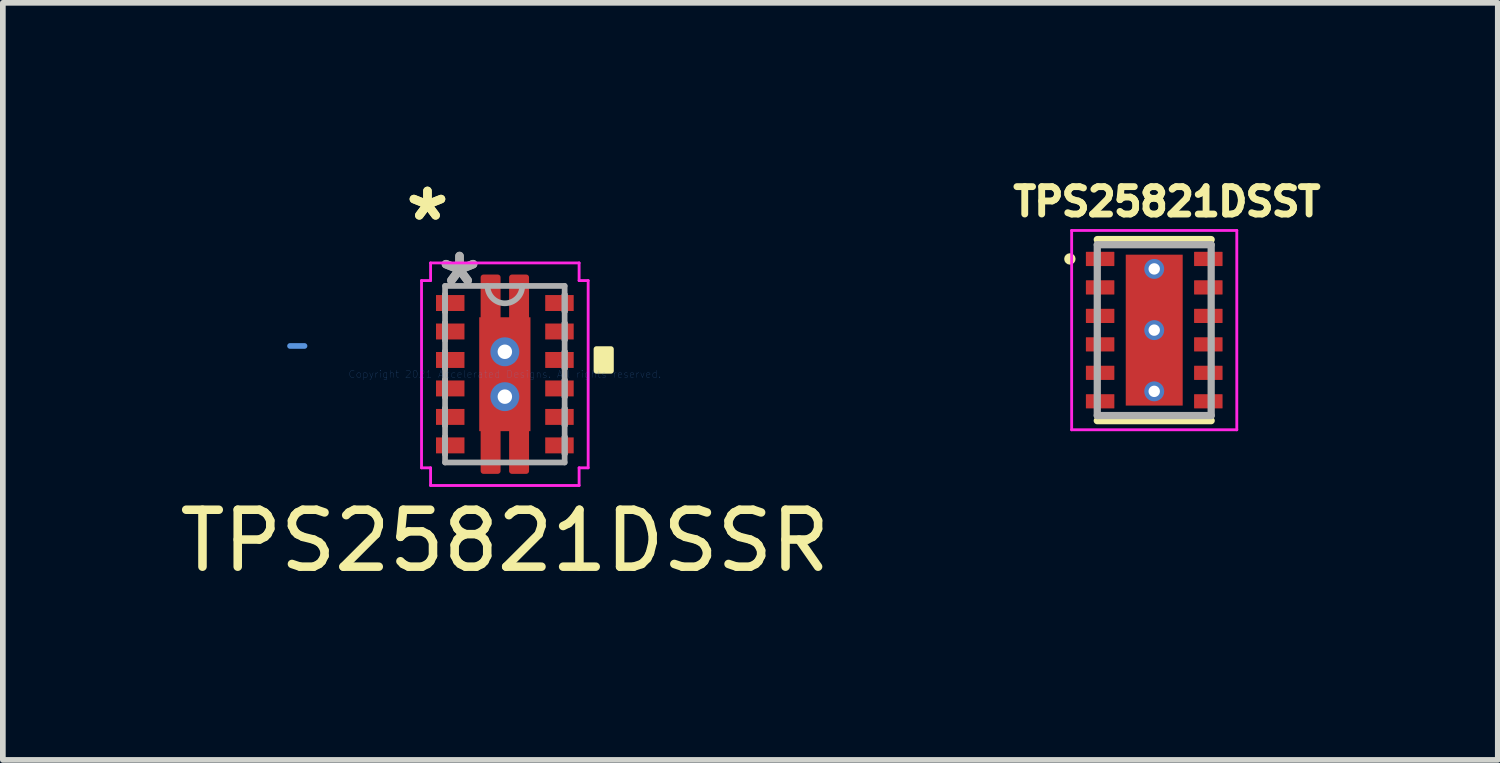
<source format=kicad_pcb>
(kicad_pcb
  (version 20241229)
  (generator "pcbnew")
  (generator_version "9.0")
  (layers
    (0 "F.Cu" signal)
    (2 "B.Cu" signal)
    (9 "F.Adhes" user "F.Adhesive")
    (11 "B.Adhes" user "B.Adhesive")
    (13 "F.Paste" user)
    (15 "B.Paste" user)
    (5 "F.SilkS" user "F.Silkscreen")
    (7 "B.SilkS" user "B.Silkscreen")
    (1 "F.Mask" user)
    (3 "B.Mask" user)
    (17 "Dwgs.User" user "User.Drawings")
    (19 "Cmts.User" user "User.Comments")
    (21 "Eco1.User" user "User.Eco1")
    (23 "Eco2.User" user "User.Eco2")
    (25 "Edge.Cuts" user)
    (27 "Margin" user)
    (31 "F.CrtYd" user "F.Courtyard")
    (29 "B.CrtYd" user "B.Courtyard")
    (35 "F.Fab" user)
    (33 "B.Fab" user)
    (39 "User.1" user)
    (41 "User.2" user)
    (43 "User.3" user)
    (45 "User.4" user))
  (footprint "TPS25821DSSR"
    (layer "F.Cu")
    (at 5.815 3.521)
    (property "Reference" "TPS25821DSSR" (at 0 2.925 0) (layer "F.SilkS") (effects (font (size 1 1) (thickness 0.15))))
    (attr through_hole)
    (fp_poly (pts (xy -0.125 -1) (xy -0.125 -1.7) (xy -0.375 -1.7) (xy -0.375 -1)) (stroke (width 0.1) (type solid)) (fill yes) (layer "F.Cu"))
    (fp_poly (pts (xy -0.125 1) (xy -0.125 1.7) (xy -0.375 1.7) (xy -0.375 1)) (stroke (width 0.1) (type solid)) (fill yes) (layer "F.Cu"))
    (fp_poly (pts (xy 0.125 -1) (xy 0.125 -1.7) (xy 0.375 -1.7) (xy 0.375 -1)) (stroke (width 0.1) (type solid)) (fill yes) (layer "F.Cu"))
    (fp_poly (pts (xy 0.125 1) (xy 0.125 1.7) (xy 0.375 1.7) (xy 0.375 1)) (stroke (width 0.1) (type solid)) (fill yes) (layer "F.Cu"))
    (fp_poly (pts (xy -1.279 -1.46) (xy -1.279 -1.04) (xy -0.639 -1.04) (xy -0.639 -1.46)) (stroke (width 0.1) (type solid)) (fill yes) (layer "F.Mask"))
    (fp_poly (pts (xy -1.279 -0.96) (xy -1.279 -0.54) (xy -0.639 -0.54) (xy -0.639 -0.96)) (stroke (width 0.1) (type solid)) (fill yes) (layer "F.Mask"))
    (fp_poly (pts (xy -1.279 -0.46) (xy -1.279 -0.04) (xy -0.639 -0.04) (xy -0.639 -0.46)) (stroke (width 0.1) (type solid)) (fill yes) (layer "F.Mask"))
    (fp_poly (pts (xy -1.279 0.04) (xy -1.279 0.46) (xy -0.639 0.46) (xy -0.639 0.04)) (stroke (width 0.1) (type solid)) (fill yes) (layer "F.Mask"))
    (fp_poly (pts (xy -1.279 0.54) (xy -1.279 0.96) (xy -0.639 0.96) (xy -0.639 0.54)) (stroke (width 0.1) (type solid)) (fill yes) (layer "F.Mask"))
    (fp_poly (pts (xy -1.279 1.04) (xy -1.279 1.46) (xy -0.639 1.46) (xy -0.639 1.04)) (stroke (width 0.1) (type solid)) (fill yes) (layer "F.Mask"))
    (fp_poly (pts (xy -0.513 -1.063) (xy -0.2 -1.063) (xy -0.2 1.063) (xy -0.513 1.063)) (stroke (width 0.1) (type solid)) (fill yes) (layer "F.Mask"))
    (fp_poly (pts (xy -0.513 -1.063) (xy 0.513 -1.063) (xy 0.513 -0.594) (xy -0.513 -0.594)) (stroke (width 0.1) (type solid)) (fill yes) (layer "F.Mask"))
    (fp_poly (pts (xy -0.513 -0.194) (xy 0.513 -0.194) (xy 0.513 0.194) (xy -0.513 0.194)) (stroke (width 0.1) (type solid)) (fill yes) (layer "F.Mask"))
    (fp_poly (pts (xy -0.513 0.594) (xy 0.513 0.594) (xy 0.513 1.063) (xy -0.513 1.063)) (stroke (width 0.1) (type solid)) (fill yes) (layer "F.Mask"))
    (fp_poly (pts (xy -0.125 -1) (xy -0.125 -1.7) (xy -0.375 -1.7) (xy -0.375 -1)) (stroke (width 0.1) (type solid)) (fill yes) (layer "F.Mask"))
    (fp_poly (pts (xy -0.125 1) (xy -0.125 1.7) (xy -0.375 1.7) (xy -0.375 1)) (stroke (width 0.1) (type solid)) (fill yes) (layer "F.Mask"))
    (fp_poly (pts (xy 0.125 -1) (xy 0.125 -1.7) (xy 0.375 -1.7) (xy 0.375 -1)) (stroke (width 0.1) (type solid)) (fill yes) (layer "F.Mask"))
    (fp_poly (pts (xy 0.125 1) (xy 0.125 1.7) (xy 0.375 1.7) (xy 0.375 1)) (stroke (width 0.1) (type solid)) (fill yes) (layer "F.Mask"))
    (fp_poly (pts (xy 0.2 -1.063) (xy 0.513 -1.063) (xy 0.513 1.063) (xy 0.2 1.063)) (stroke (width 0.1) (type solid)) (fill yes) (layer "F.Mask"))
    (fp_poly (pts (xy 0.639 -1.46) (xy 0.639 -1.04) (xy 1.279 -1.04) (xy 1.279 -1.46)) (stroke (width 0.1) (type solid)) (fill yes) (layer "F.Mask"))
    (fp_poly (pts (xy 0.639 -0.96) (xy 0.639 -0.54) (xy 1.279 -0.54) (xy 1.279 -0.96)) (stroke (width 0.1) (type solid)) (fill yes) (layer "F.Mask"))
    (fp_poly (pts (xy 0.639 -0.46) (xy 0.639 -0.04) (xy 1.279 -0.04) (xy 1.279 -0.46)) (stroke (width 0.1) (type solid)) (fill yes) (layer "F.Mask"))
    (fp_poly (pts (xy 0.639 0.04) (xy 0.639 0.46) (xy 1.279 0.46) (xy 1.279 0.04)) (stroke (width 0.1) (type solid)) (fill yes) (layer "F.Mask"))
    (fp_poly (pts (xy 0.639 0.54) (xy 0.639 0.96) (xy 1.279 0.96) (xy 1.279 0.54)) (stroke (width 0.1) (type solid)) (fill yes) (layer "F.Mask"))
    (fp_poly (pts (xy 0.639 1.04) (xy 0.639 1.46) (xy 1.279 1.46) (xy 1.279 1.04)) (stroke (width 0.1) (type solid)) (fill yes) (layer "F.Mask"))
    (fp_poly (pts (xy 1.863 -0.441) (xy 1.863 -0.059) (xy 1.609 -0.059) (xy 1.609 -0.441)) (stroke (width 0.1) (type solid)) (fill yes) (layer "F.SilkS"))
    (fp_poly (pts (xy -1.184 -1.365) (xy -1.184 -1.135) (xy -0.734 -1.135) (xy -0.734 -1.365)) (stroke (width 0.1) (type solid)) (fill yes) (layer "F.Paste"))
    (fp_poly (pts (xy -1.184 -0.865) (xy -1.184 -0.635) (xy -0.734 -0.635) (xy -0.734 -0.865)) (stroke (width 0.1) (type solid)) (fill yes) (layer "F.Paste"))
    (fp_poly (pts (xy -1.184 -0.365) (xy -1.184 -0.135) (xy -0.734 -0.135) (xy -0.734 -0.365)) (stroke (width 0.1) (type solid)) (fill yes) (layer "F.Paste"))
    (fp_poly (pts (xy -1.184 0.135) (xy -1.184 0.365) (xy -0.734 0.365) (xy -0.734 0.135)) (stroke (width 0.1) (type solid)) (fill yes) (layer "F.Paste"))
    (fp_poly (pts (xy -1.184 0.635) (xy -1.184 0.865) (xy -0.734 0.865) (xy -0.734 0.635)) (stroke (width 0.1) (type solid)) (fill yes) (layer "F.Paste"))
    (fp_poly (pts (xy -1.184 1.135) (xy -1.184 1.365) (xy -0.734 1.365) (xy -0.734 1.135)) (stroke (width 0.1) (type solid)) (fill yes) (layer "F.Paste"))
    (fp_poly (pts (xy -0.176 -1.051) (xy -0.176 -1.649) (xy -0.324 -1.649) (xy -0.324 -1.051)) (stroke (width 0.1) (type solid)) (fill yes) (layer "F.Paste"))
    (fp_poly (pts (xy -0.176 1.051) (xy -0.176 1.649) (xy -0.324 1.649) (xy -0.324 1.051)) (stroke (width 0.1) (type solid)) (fill yes) (layer "F.Paste"))
    (fp_poly (pts (xy 0.176 -1.051) (xy 0.176 -1.649) (xy 0.324 -1.649) (xy 0.324 -1.051)) (stroke (width 0.1) (type solid)) (fill yes) (layer "F.Paste"))
    (fp_poly (pts (xy 0.176 1.051) (xy 0.176 1.649) (xy 0.324 1.649) (xy 0.324 1.051)) (stroke (width 0.1) (type solid)) (fill yes) (layer "F.Paste"))
    (fp_poly (pts (xy 0.734 -1.365) (xy 0.734 -1.135) (xy 1.184 -1.135) (xy 1.184 -1.365)) (stroke (width 0.1) (type solid)) (fill yes) (layer "F.Paste"))
    (fp_poly (pts (xy 0.734 -0.865) (xy 0.734 -0.635) (xy 1.184 -0.635) (xy 1.184 -0.865)) (stroke (width 0.1) (type solid)) (fill yes) (layer "F.Paste"))
    (fp_poly (pts (xy 0.734 -0.365) (xy 0.734 -0.135) (xy 1.184 -0.135) (xy 1.184 -0.365)) (stroke (width 0.1) (type solid)) (fill yes) (layer "F.Paste"))
    (fp_poly (pts (xy 0.734 0.135) (xy 0.734 0.365) (xy 1.184 0.365) (xy 1.184 0.135)) (stroke (width 0.1) (type solid)) (fill yes) (layer "F.Paste"))
    (fp_poly (pts (xy 0.734 0.635) (xy 0.734 0.865) (xy 1.184 0.865) (xy 1.184 0.635)) (stroke (width 0.1) (type solid)) (fill yes) (layer "F.Paste"))
    (fp_poly (pts (xy 0.734 1.135) (xy 0.734 1.365) (xy 1.184 1.365) (xy 1.184 1.135)) (stroke (width 0.1) (type solid)) (fill yes) (layer "F.Paste"))
    (fp_poly (pts (xy -0.375 -0.925) (xy -0.375 -0.494) (xy -0.241 -0.494) (xy -0.1 -0.635) (xy -0.1 -0.925)) (stroke (width 0.1) (type solid)) (fill yes) (layer "F.Paste"))
    (fp_poly (pts (xy -0.375 0.494) (xy -0.375 0.925) (xy -0.1 0.925) (xy -0.1 0.635) (xy -0.241 0.494)) (stroke (width 0.1) (type solid)) (fill yes) (layer "F.Paste"))
    (fp_poly (pts (xy 0.1 -0.925) (xy 0.1 -0.635) (xy 0.241 -0.494) (xy 0.375 -0.494) (xy 0.375 -0.925)) (stroke (width 0.1) (type solid)) (fill yes) (layer "F.Paste"))
    (fp_poly (pts (xy 0.241 0.494) (xy 0.1 0.635) (xy 0.1 0.925) (xy 0.375 0.925) (xy 0.375 0.494)) (stroke (width 0.1) (type solid)) (fill yes) (layer "F.Paste"))
    (fp_poly (pts (xy -0.375 -0.294) (xy -0.375 0.294) (xy -0.241 0.294) (xy -0.1 0.152) (xy -0.1 -0.152) (xy -0.241 -0.294)) (stroke (width 0.1) (type solid)) (fill yes) (layer "F.Paste"))
    (fp_poly (pts (xy 0.241 -0.294) (xy 0.1 -0.152) (xy 0.1 0.152) (xy 0.241 0.294) (xy 0.375 0.294) (xy 0.375 -0.294)) (stroke (width 0.1) (type solid)) (fill yes) (layer "F.Paste"))
    (fp_line (start -3.772 -0.496) (end -3.518 -0.496) (stroke (width 0.1) (type solid)) (layer "Cmts.User"))
    (fp_line (start -1.463 -1.644) (end -1.304 -1.644) (stroke (width 0.05) (type solid)) (layer "F.CrtYd"))
    (fp_line (start -1.463 1.644) (end -1.463 -1.644) (stroke (width 0.05) (type solid)) (layer "F.CrtYd"))
    (fp_line (start -1.304 -1.954) (end 1.304 -1.954) (stroke (width 0.05) (type solid)) (layer "F.CrtYd"))
    (fp_line (start -1.304 -1.644) (end -1.304 -1.954) (stroke (width 0.05) (type solid)) (layer "F.CrtYd"))
    (fp_line (start -1.304 1.644) (end -1.463 1.644) (stroke (width 0.05) (type solid)) (layer "F.CrtYd"))
    (fp_line (start -1.304 1.954) (end -1.304 1.644) (stroke (width 0.05) (type solid)) (layer "F.CrtYd"))
    (fp_line (start 1.304 -1.954) (end 1.304 -1.644) (stroke (width 0.05) (type solid)) (layer "F.CrtYd"))
    (fp_line (start 1.304 -1.644) (end 1.463 -1.644) (stroke (width 0.05) (type solid)) (layer "F.CrtYd"))
    (fp_line (start 1.304 1.644) (end 1.304 1.954) (stroke (width 0.05) (type solid)) (layer "F.CrtYd"))
    (fp_line (start 1.304 1.954) (end -1.304 1.954) (stroke (width 0.05) (type solid)) (layer "F.CrtYd"))
    (fp_line (start 1.463 -1.644) (end 1.463 1.644) (stroke (width 0.05) (type solid)) (layer "F.CrtYd"))
    (fp_line (start 1.463 1.644) (end 1.304 1.644) (stroke (width 0.05) (type solid)) (layer "F.CrtYd"))
    (fp_line (start -1.05 -1.55) (end -1.05 1.55) (stroke (width 0.1) (type solid)) (layer "F.Fab"))
    (fp_line (start -1.05 -1.4) (end -1.05 -1.4) (stroke (width 0.1) (type solid)) (layer "F.Fab"))
    (fp_line (start -1.05 -1.4) (end -1.05 -1.1) (stroke (width 0.1) (type solid)) (layer "F.Fab"))
    (fp_line (start -1.05 -1.1) (end -1.05 -1.4) (stroke (width 0.1) (type solid)) (layer "F.Fab"))
    (fp_line (start -1.05 -1.1) (end -1.05 -1.1) (stroke (width 0.1) (type solid)) (layer "F.Fab"))
    (fp_line (start -1.05 -0.9) (end -1.05 -0.9) (stroke (width 0.1) (type solid)) (layer "F.Fab"))
    (fp_line (start -1.05 -0.9) (end -1.05 -0.6) (stroke (width 0.1) (type solid)) (layer "F.Fab"))
    (fp_line (start -1.05 -0.6) (end -1.05 -0.9) (stroke (width 0.1) (type solid)) (layer "F.Fab"))
    (fp_line (start -1.05 -0.6) (end -1.05 -0.6) (stroke (width 0.1) (type solid)) (layer "F.Fab"))
    (fp_line (start -1.05 -0.4) (end -1.05 -0.4) (stroke (width 0.1) (type solid)) (layer "F.Fab"))
    (fp_line (start -1.05 -0.4) (end -1.05 -0.1) (stroke (width 0.1) (type solid)) (layer "F.Fab"))
    (fp_line (start -1.05 -0.1) (end -1.05 -0.4) (stroke (width 0.1) (type solid)) (layer "F.Fab"))
    (fp_line (start -1.05 -0.1) (end -1.05 -0.1) (stroke (width 0.1) (type solid)) (layer "F.Fab"))
    (fp_line (start -1.05 0.1) (end -1.05 0.1) (stroke (width 0.1) (type solid)) (layer "F.Fab"))
    (fp_line (start -1.05 0.1) (end -1.05 0.4) (stroke (width 0.1) (type solid)) (layer "F.Fab"))
    (fp_line (start -1.05 0.4) (end -1.05 0.1) (stroke (width 0.1) (type solid)) (layer "F.Fab"))
    (fp_line (start -1.05 0.4) (end -1.05 0.4) (stroke (width 0.1) (type solid)) (layer "F.Fab"))
    (fp_line (start -1.05 0.6) (end -1.05 0.6) (stroke (width 0.1) (type solid)) (layer "F.Fab"))
    (fp_line (start -1.05 0.6) (end -1.05 0.9) (stroke (width 0.1) (type solid)) (layer "F.Fab"))
    (fp_line (start -1.05 0.9) (end -1.05 0.6) (stroke (width 0.1) (type solid)) (layer "F.Fab"))
    (fp_line (start -1.05 0.9) (end -1.05 0.9) (stroke (width 0.1) (type solid)) (layer "F.Fab"))
    (fp_line (start -1.05 1.1) (end -1.05 1.1) (stroke (width 0.1) (type solid)) (layer "F.Fab"))
    (fp_line (start -1.05 1.1) (end -1.05 1.4) (stroke (width 0.1) (type solid)) (layer "F.Fab"))
    (fp_line (start -1.05 1.4) (end -1.05 1.1) (stroke (width 0.1) (type solid)) (layer "F.Fab"))
    (fp_line (start -1.05 1.4) (end -1.05 1.4) (stroke (width 0.1) (type solid)) (layer "F.Fab"))
    (fp_line (start -1.05 1.55) (end 1.05 1.55) (stroke (width 0.1) (type solid)) (layer "F.Fab"))
    (fp_line (start 1.05 -1.55) (end -1.05 -1.55) (stroke (width 0.1) (type solid)) (layer "F.Fab"))
    (fp_line (start 1.05 -1.4) (end 1.05 -1.4) (stroke (width 0.1) (type solid)) (layer "F.Fab"))
    (fp_line (start 1.05 -1.4) (end 1.05 -1.1) (stroke (width 0.1) (type solid)) (layer "F.Fab"))
    (fp_line (start 1.05 -1.1) (end 1.05 -1.4) (stroke (width 0.1) (type solid)) (layer "F.Fab"))
    (fp_line (start 1.05 -1.1) (end 1.05 -1.1) (stroke (width 0.1) (type solid)) (layer "F.Fab"))
    (fp_line (start 1.05 -0.9) (end 1.05 -0.9) (stroke (width 0.1) (type solid)) (layer "F.Fab"))
    (fp_line (start 1.05 -0.9) (end 1.05 -0.6) (stroke (width 0.1) (type solid)) (layer "F.Fab"))
    (fp_line (start 1.05 -0.6) (end 1.05 -0.9) (stroke (width 0.1) (type solid)) (layer "F.Fab"))
    (fp_line (start 1.05 -0.6) (end 1.05 -0.6) (stroke (width 0.1) (type solid)) (layer "F.Fab"))
    (fp_line (start 1.05 -0.4) (end 1.05 -0.4) (stroke (width 0.1) (type solid)) (layer "F.Fab"))
    (fp_line (start 1.05 -0.4) (end 1.05 -0.1) (stroke (width 0.1) (type solid)) (layer "F.Fab"))
    (fp_line (start 1.05 -0.1) (end 1.05 -0.4) (stroke (width 0.1) (type solid)) (layer "F.Fab"))
    (fp_line (start 1.05 -0.1) (end 1.05 -0.1) (stroke (width 0.1) (type solid)) (layer "F.Fab"))
    (fp_line (start 1.05 0.1) (end 1.05 0.1) (stroke (width 0.1) (type solid)) (layer "F.Fab"))
    (fp_line (start 1.05 0.1) (end 1.05 0.4) (stroke (width 0.1) (type solid)) (layer "F.Fab"))
    (fp_line (start 1.05 0.4) (end 1.05 0.1) (stroke (width 0.1) (type solid)) (layer "F.Fab"))
    (fp_line (start 1.05 0.4) (end 1.05 0.4) (stroke (width 0.1) (type solid)) (layer "F.Fab"))
    (fp_line (start 1.05 0.6) (end 1.05 0.6) (stroke (width 0.1) (type solid)) (layer "F.Fab"))
    (fp_line (start 1.05 0.6) (end 1.05 0.9) (stroke (width 0.1) (type solid)) (layer "F.Fab"))
    (fp_line (start 1.05 0.9) (end 1.05 0.6) (stroke (width 0.1) (type solid)) (layer "F.Fab"))
    (fp_line (start 1.05 0.9) (end 1.05 0.9) (stroke (width 0.1) (type solid)) (layer "F.Fab"))
    (fp_line (start 1.05 1.1) (end 1.05 1.1) (stroke (width 0.1) (type solid)) (layer "F.Fab"))
    (fp_line (start 1.05 1.1) (end 1.05 1.4) (stroke (width 0.1) (type solid)) (layer "F.Fab"))
    (fp_line (start 1.05 1.4) (end 1.05 1.1) (stroke (width 0.1) (type solid)) (layer "F.Fab"))
    (fp_line (start 1.05 1.4) (end 1.05 1.4) (stroke (width 0.1) (type solid)) (layer "F.Fab"))
    (fp_line (start 1.05 1.55) (end 1.05 -1.55) (stroke (width 0.1) (type solid)) (layer "F.Fab"))
    (fp_arc (start 0.3048 -1.549998) (mid -0.000001 -1.245199) (end -0.3048 -1.55) (stroke (width 0.1) (type solid)) (layer "F.Fab"))
    (fp_text user "*" (at -1.359 -2.673 0) (layer "F.SilkS") (effects (font (size 1 1) (thickness 0.15))))
    (fp_text user "*" (at -1.359 -2.673 0) (layer "F.SilkS") (effects (font (size 1 1) (thickness 0.15))))
    (fp_text user "Copyright 2021 Accelerated Designs. All rights reserved." (at 0 0 0) (layer "Cmts.User") (effects (font (size 0.127 0.127) (thickness 0.002))))
    (fp_text user "*" (at -0.796 -1.53 0) (layer "F.Fab") (effects (font (size 1 1) (thickness 0.15))))
    (fp_text user "*" (at -0.796 -1.53 0) (layer "F.Fab") (effects (font (size 1 1) (thickness 0.15))))
    (pad "1" smd rect (at -0.959 -1.25) (size 0.5 0.28) (layers "F.Cu" "F.Mask" "F.Paste"))
    (pad "2" smd rect (at -0.959 -0.75) (size 0.5 0.28) (layers "F.Cu" "F.Mask" "F.Paste"))
    (pad "3" smd rect (at -0.959 -0.25) (size 0.5 0.28) (layers "F.Cu" "F.Mask" "F.Paste"))
    (pad "4" smd rect (at -0.959 0.25) (size 0.5 0.28) (layers "F.Cu" "F.Mask" "F.Paste"))
    (pad "5" smd rect (at -0.959 0.75) (size 0.5 0.28) (layers "F.Cu" "F.Mask" "F.Paste"))
    (pad "6" smd rect (at -0.959 1.25) (size 0.5 0.28) (layers "F.Cu" "F.Mask" "F.Paste"))
    (pad "7" smd rect (at 0.959 1.25) (size 0.5 0.28) (layers "F.Cu" "F.Mask" "F.Paste"))
    (pad "8" smd rect (at 0.959 0.75) (size 0.5 0.28) (layers "F.Cu" "F.Mask" "F.Paste"))
    (pad "9" smd rect (at 0.959 0.25) (size 0.5 0.28) (layers "F.Cu" "F.Mask" "F.Paste"))
    (pad "10" smd rect (at 0.959 -0.25) (size 0.5 0.28) (layers "F.Cu" "F.Mask" "F.Paste"))
    (pad "11" smd rect (at 0.959 -0.75) (size 0.5 0.28) (layers "F.Cu" "F.Mask" "F.Paste"))
    (pad "12" smd rect (at 0.959 -1.25) (size 0.5 0.28) (layers "F.Cu" "F.Mask" "F.Paste"))
    (pad "13" thru_hole circle (at 0 -0.394) (size 0.508 0.508) (drill 0.254) (layers "*.Cu" "*.Mask"))
    (pad "13" smd rect (at 0 0) (size 0.9 2) (layers "F.Cu"))
    (pad "13" thru_hole circle (at 0 0.394) (size 0.508 0.508) (drill 0.254) (layers "*.Cu" "*.Mask")))
  (footprint "TPS25821DSST"
    (layer "F.Cu")
    (at 17.218 2.747)
    (property "Reference" "TPS25821DSST" (at 0.223 -2.255 0) (layer "F.SilkS") (effects (font (size 0.481 0.481) (thickness 0.15))))
    (attr through_hole)
    (fp_line (start -1 -1.59) (end 1 -1.59) (stroke (width 0.127) (type solid)) (layer "F.SilkS"))
    (fp_line (start -1 1.59) (end 1 1.59) (stroke (width 0.127) (type solid)) (layer "F.SilkS"))
    (fp_circle (center -1.481 -1.25) (end -1.431 -1.25) (stroke (width 0.1) (type solid)) (fill no) (layer "F.SilkS"))
    (fp_poly (pts (xy -0.475 0.1) (xy 0.475 0.1) (xy 0.475 1.271) (xy -0.475 1.271)) (stroke (width 0.01) (type solid)) (fill yes) (layer "F.Paste"))
    (fp_poly (pts (xy -0.475 -1.27) (xy 0.475 -1.27) (xy 0.475 -0.1) (xy -0.475 -0.1)) (stroke (width 0.01) (type solid)) (fill yes) (layer "F.Paste"))
    (fp_line (start -1.45 -1.75) (end -1.45 1.75) (stroke (width 0.05) (type solid)) (layer "F.CrtYd"))
    (fp_line (start -1.45 -1.75) (end 1.45 -1.75) (stroke (width 0.05) (type solid)) (layer "F.CrtYd"))
    (fp_line (start -1.45 1.75) (end 1.45 1.75) (stroke (width 0.05) (type solid)) (layer "F.CrtYd"))
    (fp_line (start 1.45 -1.75) (end 1.45 1.75) (stroke (width 0.05) (type solid)) (layer "F.CrtYd"))
    (fp_line (start -1 -1.5) (end -1 1.5) (stroke (width 0.127) (type solid)) (layer "F.Fab"))
    (fp_line (start -1 -1.5) (end 1 -1.5) (stroke (width 0.127) (type solid)) (layer "F.Fab"))
    (fp_line (start -1 1.5) (end 1 1.5) (stroke (width 0.127) (type solid)) (layer "F.Fab"))
    (fp_line (start 1 -1.5) (end 1 1.5) (stroke (width 0.127) (type solid)) (layer "F.Fab"))
    (pad "1" smd roundrect (at -0.95 -1.25) (size 0.5 0.25) (layers "F.Cu" "F.Mask" "F.Paste") (roundrect_rratio 0.03))
    (pad "2" smd roundrect (at -0.95 -0.75) (size 0.5 0.25) (layers "F.Cu" "F.Mask" "F.Paste") (roundrect_rratio 0.03))
    (pad "3" smd roundrect (at -0.95 -0.25) (size 0.5 0.25) (layers "F.Cu" "F.Mask" "F.Paste") (roundrect_rratio 0.03))
    (pad "4" smd roundrect (at -0.95 0.25) (size 0.5 0.25) (layers "F.Cu" "F.Mask" "F.Paste") (roundrect_rratio 0.03))
    (pad "5" smd roundrect (at -0.95 0.75) (size 0.5 0.25) (layers "F.Cu" "F.Mask" "F.Paste") (roundrect_rratio 0.03))
    (pad "6" smd roundrect (at -0.95 1.25) (size 0.5 0.25) (layers "F.Cu" "F.Mask" "F.Paste") (roundrect_rratio 0.03))
    (pad "7" smd roundrect (at 0.95 1.25) (size 0.5 0.25) (layers "F.Cu" "F.Mask" "F.Paste") (roundrect_rratio 0.03))
    (pad "8" smd roundrect (at 0.95 0.75) (size 0.5 0.25) (layers "F.Cu" "F.Mask" "F.Paste") (roundrect_rratio 0.03))
    (pad "9" smd roundrect (at 0.95 0.25) (size 0.5 0.25) (layers "F.Cu" "F.Mask" "F.Paste") (roundrect_rratio 0.03))
    (pad "10" smd roundrect (at 0.95 -0.25) (size 0.5 0.25) (layers "F.Cu" "F.Mask" "F.Paste") (roundrect_rratio 0.03))
    (pad "11" smd roundrect (at 0.95 -0.75) (size 0.5 0.25) (layers "F.Cu" "F.Mask" "F.Paste") (roundrect_rratio 0.03))
    (pad "12" smd roundrect (at 0.95 -1.25) (size 0.5 0.25) (layers "F.Cu" "F.Mask" "F.Paste") (roundrect_rratio 0.03))
    (pad "13" thru_hole circle (at 0 -1.075) (size 0.35 0.35) (drill 0.2) (layers "*.Cu" "*.Mask"))
    (pad "13" thru_hole circle (at 0 0) (size 0.35 0.35) (drill 0.2) (layers "*.Cu" "*.Mask"))
    (pad "13" smd rect (at 0 0) (size 1 2.65) (layers "F.Cu" "F.Mask"))
    (pad "13" thru_hole circle (at 0 1.075) (size 0.35 0.35) (drill 0.2) (layers "*.Cu" "*.Mask")))
  (gr_rect
    (start -3 -3)
    (end 23.251 10.294)
    (stroke (width 0.1) (type default))
    (fill no)
    (layer "Edge.Cuts")))
</source>
